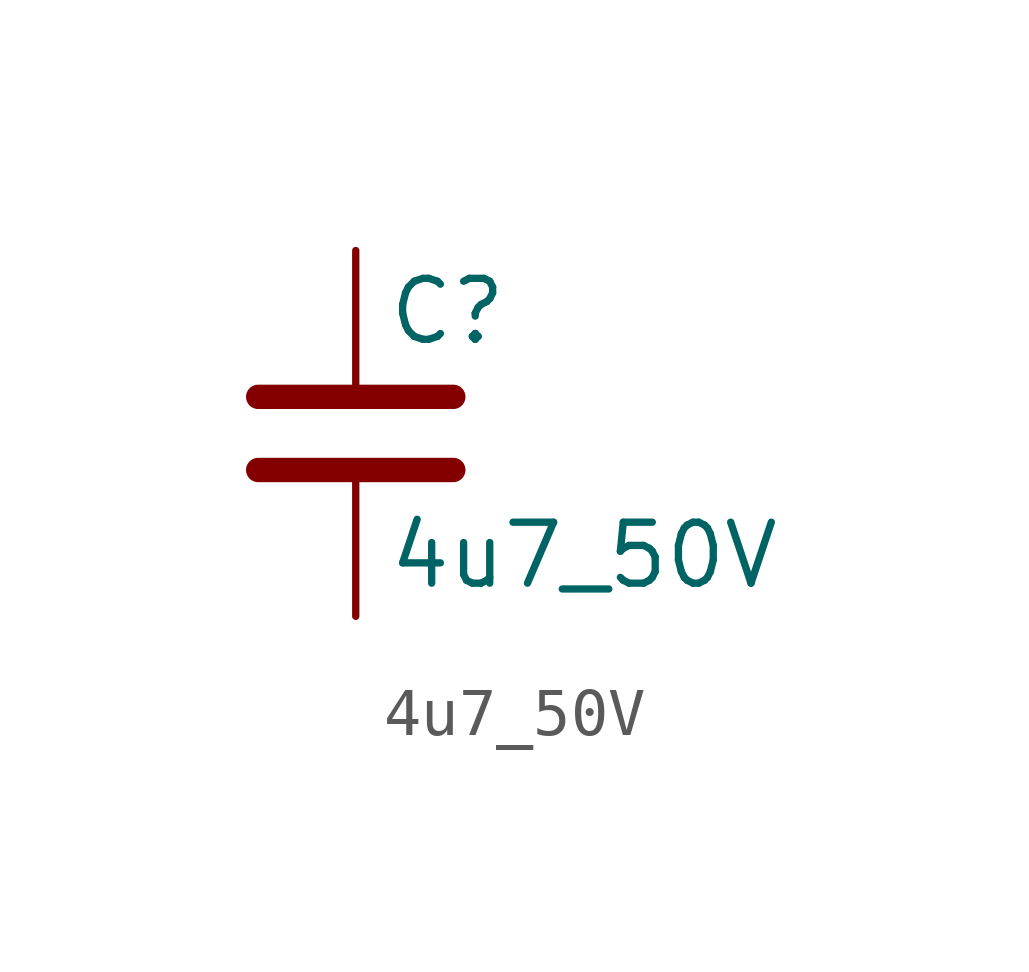
<source format=kicad_sym>
(kicad_symbol_lib
  (version 20220914)
  (generator kicad_db_lib)
  (symbol "4u7_50V"
    (pin_numbers hide)
    (pin_names
      (offset 0.254))
    (property "Reference" "C"
      (at 0.635 2.54 0)
      (effects (font (size 1.27 1.27)) (justify left)))
    (property "Value" "4u7_50V"
      (at 0.635 -2.54 0)
      (effects (font (size 1.27 1.27)) (justify left)))
    (symbol "4u7_50V_0_1"
      (polyline (pts (xy -2.032 -0.762) (xy 2.032 -0.762)) (stroke (width 0.508) (type default)) (fill (type none)))
      (polyline (pts (xy -2.032 0.762) (xy 2.032 0.762)) (stroke (width 0.508) (type default)) (fill (type none))))
    (symbol "4u7_50V_1_1"
      (pin passive line (at 0 3.81 270) (length 2.794) (name "~" (effects (font (size 1.27 1.27)))) (number "1" (effects (font (size 1.27 1.27)))))
      (pin passive line (at 0 -3.81 90) (length 2.794) (name "~" (effects (font (size 1.27 1.27)))) (number "2" (effects (font (size 1.27 1.27))))))))
</source>
